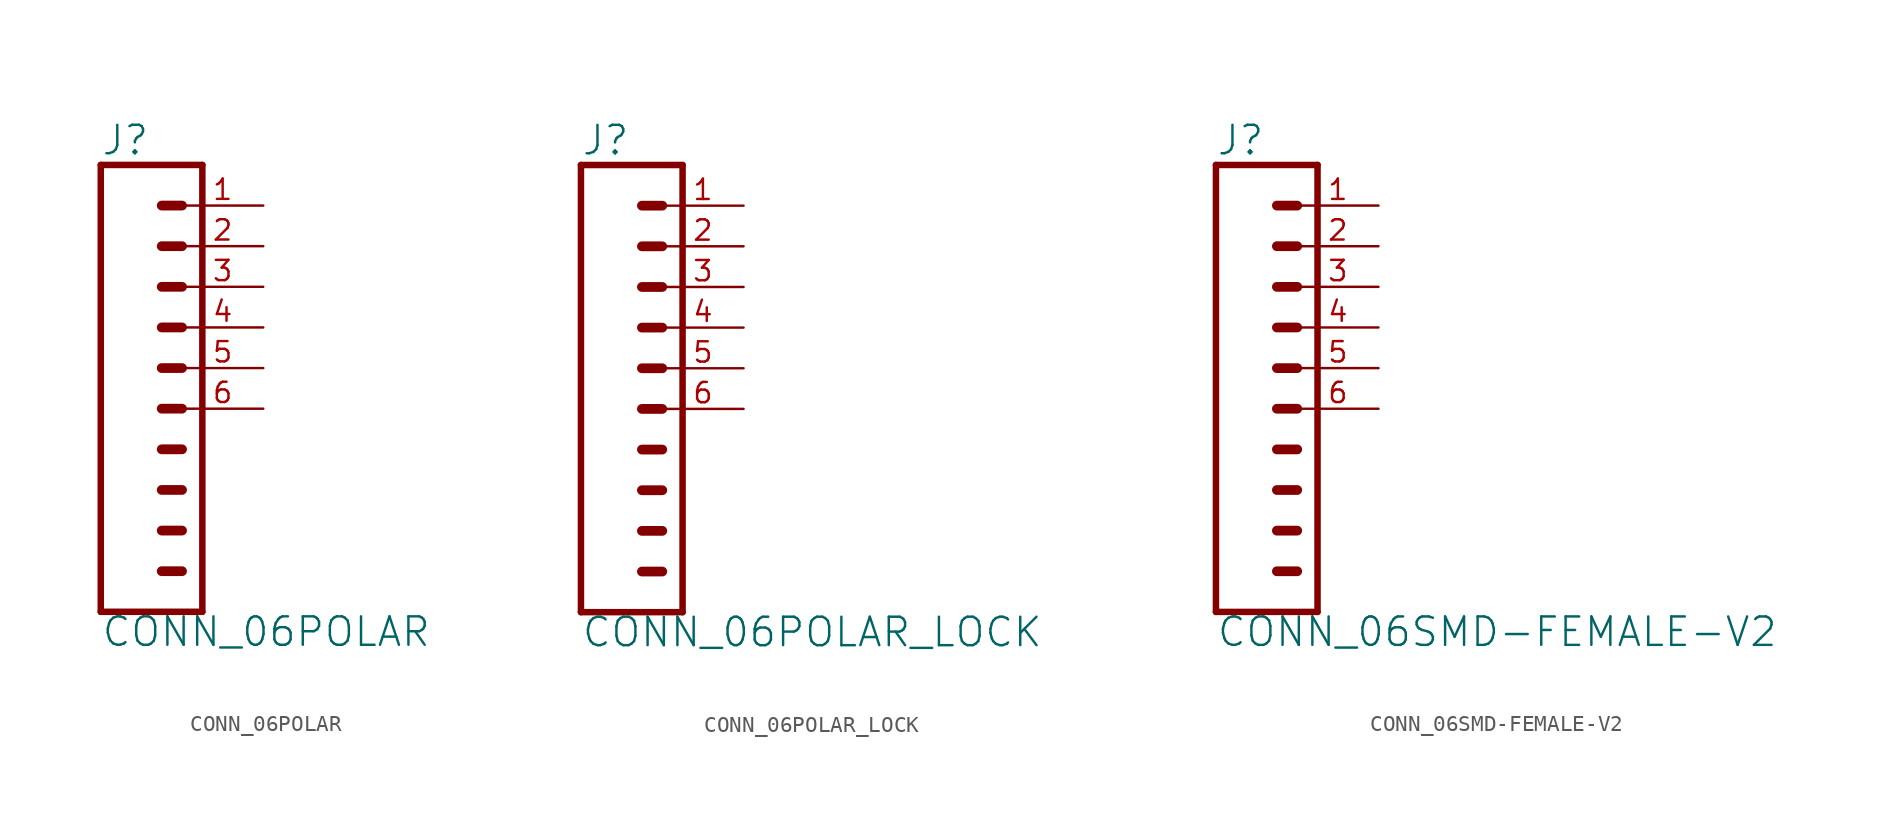
<source format=kicad_sym>
(kicad_symbol_lib
  (version 20211014)
  (generator kicad_symbol_editor)
  (symbol "CONN_06POLAR"
    (property "Reference" "J"
      (at -2.54 15.748 0)
      (effects (font (size 1.778 1.778)) (justify left bottom)))
    (property "Value" "CONN_06POLAR"
      (at -2.54 -14.986 0)
      (effects (font (size 1.778 1.778)) (justify left bottom)))
    (property "ki_locked" ""
      (at 0 0 0)
      (effects (font (size 1.27 1.27))))
    (symbol "CONN_06POLAR_1_0"
      (polyline (pts (xy -2.54 15.24) (xy -2.54 -12.7)) (stroke (width 0.406) (type default) (color 0 0 0 0)) (fill (type none)))
      (polyline (pts (xy -2.54 15.24) (xy 3.81 15.24)) (stroke (width 0.406) (type default) (color 0 0 0 0)) (fill (type none)))
      (polyline (pts (xy 1.27 -10.16) (xy 2.54 -10.16)) (stroke (width 0.61) (type default) (color 0 0 0 0)) (fill (type none)))
      (polyline (pts (xy 1.27 -7.62) (xy 2.54 -7.62)) (stroke (width 0.61) (type default) (color 0 0 0 0)) (fill (type none)))
      (polyline (pts (xy 1.27 -5.08) (xy 2.54 -5.08)) (stroke (width 0.61) (type default) (color 0 0 0 0)) (fill (type none)))
      (polyline (pts (xy 1.27 -2.54) (xy 2.54 -2.54)) (stroke (width 0.61) (type default) (color 0 0 0 0)) (fill (type none)))
      (polyline (pts (xy 1.27 0) (xy 2.54 0)) (stroke (width 0.61) (type default) (color 0 0 0 0)) (fill (type none)))
      (polyline (pts (xy 1.27 2.54) (xy 2.54 2.54)) (stroke (width 0.61) (type default) (color 0 0 0 0)) (fill (type none)))
      (polyline (pts (xy 1.27 5.08) (xy 2.54 5.08)) (stroke (width 0.61) (type default) (color 0 0 0 0)) (fill (type none)))
      (polyline (pts (xy 1.27 7.62) (xy 2.54 7.62)) (stroke (width 0.61) (type default) (color 0 0 0 0)) (fill (type none)))
      (polyline (pts (xy 1.27 10.16) (xy 2.54 10.16)) (stroke (width 0.61) (type default) (color 0 0 0 0)) (fill (type none)))
      (polyline (pts (xy 1.27 12.7) (xy 2.54 12.7)) (stroke (width 0.61) (type default) (color 0 0 0 0)) (fill (type none)))
      (polyline (pts (xy 3.81 -12.7) (xy -2.54 -12.7)) (stroke (width 0.406) (type default) (color 0 0 0 0)) (fill (type none)))
      (polyline (pts (xy 3.81 -12.7) (xy 3.81 15.24)) (stroke (width 0.406) (type default) (color 0 0 0 0)) (fill (type none)))
      (pin passive line (at 7.62 12.7 180) (length 5.08) (name "1" (effects (font (size 0 0)))) (number "1" (effects (font (size 1.27 1.27)))))
      (pin passive line (at 7.62 10.16 180) (length 5.08) (name "2" (effects (font (size 0 0)))) (number "2" (effects (font (size 1.27 1.27)))))
      (pin passive line (at 7.62 7.62 180) (length 5.08) (name "3" (effects (font (size 0 0)))) (number "3" (effects (font (size 1.27 1.27)))))
      (pin passive line (at 7.62 5.08 180) (length 5.08) (name "4" (effects (font (size 0 0)))) (number "4" (effects (font (size 1.27 1.27)))))
      (pin passive line (at 7.62 2.54 180) (length 5.08) (name "5" (effects (font (size 0 0)))) (number "5" (effects (font (size 1.27 1.27)))))
      (pin passive line (at 7.62 0 180) (length 5.08) (name "6" (effects (font (size 0 0)))) (number "6" (effects (font (size 1.27 1.27)))))))
  (symbol "CONN_06POLAR_LOCK"
    (property "Reference" "J"
      (at -2.54 15.748 0)
      (effects (font (size 1.778 1.778)) (justify left bottom)))
    (property "Value" "CONN_06POLAR_LOCK"
      (at -2.54 -14.986 0)
      (effects (font (size 1.778 1.778)) (justify left bottom)))
    (property "ki_locked" ""
      (at 0 0 0)
      (effects (font (size 1.27 1.27))))
    (symbol "CONN_06POLAR_LOCK_1_0"
      (polyline (pts (xy -2.54 15.24) (xy -2.54 -12.7)) (stroke (width 0.406) (type default) (color 0 0 0 0)) (fill (type none)))
      (polyline (pts (xy -2.54 15.24) (xy 3.81 15.24)) (stroke (width 0.406) (type default) (color 0 0 0 0)) (fill (type none)))
      (polyline (pts (xy 1.27 -10.16) (xy 2.54 -10.16)) (stroke (width 0.61) (type default) (color 0 0 0 0)) (fill (type none)))
      (polyline (pts (xy 1.27 -7.62) (xy 2.54 -7.62)) (stroke (width 0.61) (type default) (color 0 0 0 0)) (fill (type none)))
      (polyline (pts (xy 1.27 -5.08) (xy 2.54 -5.08)) (stroke (width 0.61) (type default) (color 0 0 0 0)) (fill (type none)))
      (polyline (pts (xy 1.27 -2.54) (xy 2.54 -2.54)) (stroke (width 0.61) (type default) (color 0 0 0 0)) (fill (type none)))
      (polyline (pts (xy 1.27 0) (xy 2.54 0)) (stroke (width 0.61) (type default) (color 0 0 0 0)) (fill (type none)))
      (polyline (pts (xy 1.27 2.54) (xy 2.54 2.54)) (stroke (width 0.61) (type default) (color 0 0 0 0)) (fill (type none)))
      (polyline (pts (xy 1.27 5.08) (xy 2.54 5.08)) (stroke (width 0.61) (type default) (color 0 0 0 0)) (fill (type none)))
      (polyline (pts (xy 1.27 7.62) (xy 2.54 7.62)) (stroke (width 0.61) (type default) (color 0 0 0 0)) (fill (type none)))
      (polyline (pts (xy 1.27 10.16) (xy 2.54 10.16)) (stroke (width 0.61) (type default) (color 0 0 0 0)) (fill (type none)))
      (polyline (pts (xy 1.27 12.7) (xy 2.54 12.7)) (stroke (width 0.61) (type default) (color 0 0 0 0)) (fill (type none)))
      (polyline (pts (xy 3.81 -12.7) (xy -2.54 -12.7)) (stroke (width 0.406) (type default) (color 0 0 0 0)) (fill (type none)))
      (polyline (pts (xy 3.81 -12.7) (xy 3.81 15.24)) (stroke (width 0.406) (type default) (color 0 0 0 0)) (fill (type none)))
      (pin passive line (at 7.62 12.7 180) (length 5.08) (name "1" (effects (font (size 0 0)))) (number "1" (effects (font (size 1.27 1.27)))))
      (pin passive line (at 7.62 10.16 180) (length 5.08) (name "2" (effects (font (size 0 0)))) (number "2" (effects (font (size 1.27 1.27)))))
      (pin passive line (at 7.62 7.62 180) (length 5.08) (name "3" (effects (font (size 0 0)))) (number "3" (effects (font (size 1.27 1.27)))))
      (pin passive line (at 7.62 5.08 180) (length 5.08) (name "4" (effects (font (size 0 0)))) (number "4" (effects (font (size 1.27 1.27)))))
      (pin passive line (at 7.62 2.54 180) (length 5.08) (name "5" (effects (font (size 0 0)))) (number "5" (effects (font (size 1.27 1.27)))))
      (pin passive line (at 7.62 0 180) (length 5.08) (name "6" (effects (font (size 0 0)))) (number "6" (effects (font (size 1.27 1.27)))))))
  (symbol "CONN_06SMD-FEMALE-V2"
    (property "Reference" "J"
      (at -2.54 15.748 0)
      (effects (font (size 1.778 1.778)) (justify left bottom)))
    (property "Value" "CONN_06SMD-FEMALE-V2"
      (at -2.54 -14.986 0)
      (effects (font (size 1.778 1.778)) (justify left bottom)))
    (property "ki_locked" ""
      (at 0 0 0)
      (effects (font (size 1.27 1.27))))
    (symbol "CONN_06SMD-FEMALE-V2_1_0"
      (polyline (pts (xy -2.54 15.24) (xy -2.54 -12.7)) (stroke (width 0.406) (type default) (color 0 0 0 0)) (fill (type none)))
      (polyline (pts (xy -2.54 15.24) (xy 3.81 15.24)) (stroke (width 0.406) (type default) (color 0 0 0 0)) (fill (type none)))
      (polyline (pts (xy 1.27 -10.16) (xy 2.54 -10.16)) (stroke (width 0.61) (type default) (color 0 0 0 0)) (fill (type none)))
      (polyline (pts (xy 1.27 -7.62) (xy 2.54 -7.62)) (stroke (width 0.61) (type default) (color 0 0 0 0)) (fill (type none)))
      (polyline (pts (xy 1.27 -5.08) (xy 2.54 -5.08)) (stroke (width 0.61) (type default) (color 0 0 0 0)) (fill (type none)))
      (polyline (pts (xy 1.27 -2.54) (xy 2.54 -2.54)) (stroke (width 0.61) (type default) (color 0 0 0 0)) (fill (type none)))
      (polyline (pts (xy 1.27 0) (xy 2.54 0)) (stroke (width 0.61) (type default) (color 0 0 0 0)) (fill (type none)))
      (polyline (pts (xy 1.27 2.54) (xy 2.54 2.54)) (stroke (width 0.61) (type default) (color 0 0 0 0)) (fill (type none)))
      (polyline (pts (xy 1.27 5.08) (xy 2.54 5.08)) (stroke (width 0.61) (type default) (color 0 0 0 0)) (fill (type none)))
      (polyline (pts (xy 1.27 7.62) (xy 2.54 7.62)) (stroke (width 0.61) (type default) (color 0 0 0 0)) (fill (type none)))
      (polyline (pts (xy 1.27 10.16) (xy 2.54 10.16)) (stroke (width 0.61) (type default) (color 0 0 0 0)) (fill (type none)))
      (polyline (pts (xy 1.27 12.7) (xy 2.54 12.7)) (stroke (width 0.61) (type default) (color 0 0 0 0)) (fill (type none)))
      (polyline (pts (xy 3.81 -12.7) (xy -2.54 -12.7)) (stroke (width 0.406) (type default) (color 0 0 0 0)) (fill (type none)))
      (polyline (pts (xy 3.81 -12.7) (xy 3.81 15.24)) (stroke (width 0.406) (type default) (color 0 0 0 0)) (fill (type none)))
      (pin passive line (at 7.62 12.7 180) (length 5.08) (name "1" (effects (font (size 0 0)))) (number "1" (effects (font (size 1.27 1.27)))))
      (pin passive line (at 7.62 10.16 180) (length 5.08) (name "2" (effects (font (size 0 0)))) (number "2" (effects (font (size 1.27 1.27)))))
      (pin passive line (at 7.62 7.62 180) (length 5.08) (name "3" (effects (font (size 0 0)))) (number "3" (effects (font (size 1.27 1.27)))))
      (pin passive line (at 7.62 5.08 180) (length 5.08) (name "4" (effects (font (size 0 0)))) (number "4" (effects (font (size 1.27 1.27)))))
      (pin passive line (at 7.62 2.54 180) (length 5.08) (name "5" (effects (font (size 0 0)))) (number "5" (effects (font (size 1.27 1.27)))))
      (pin passive line (at 7.62 0 180) (length 5.08) (name "6" (effects (font (size 0 0)))) (number "6" (effects (font (size 1.27 1.27))))))))
</source>
